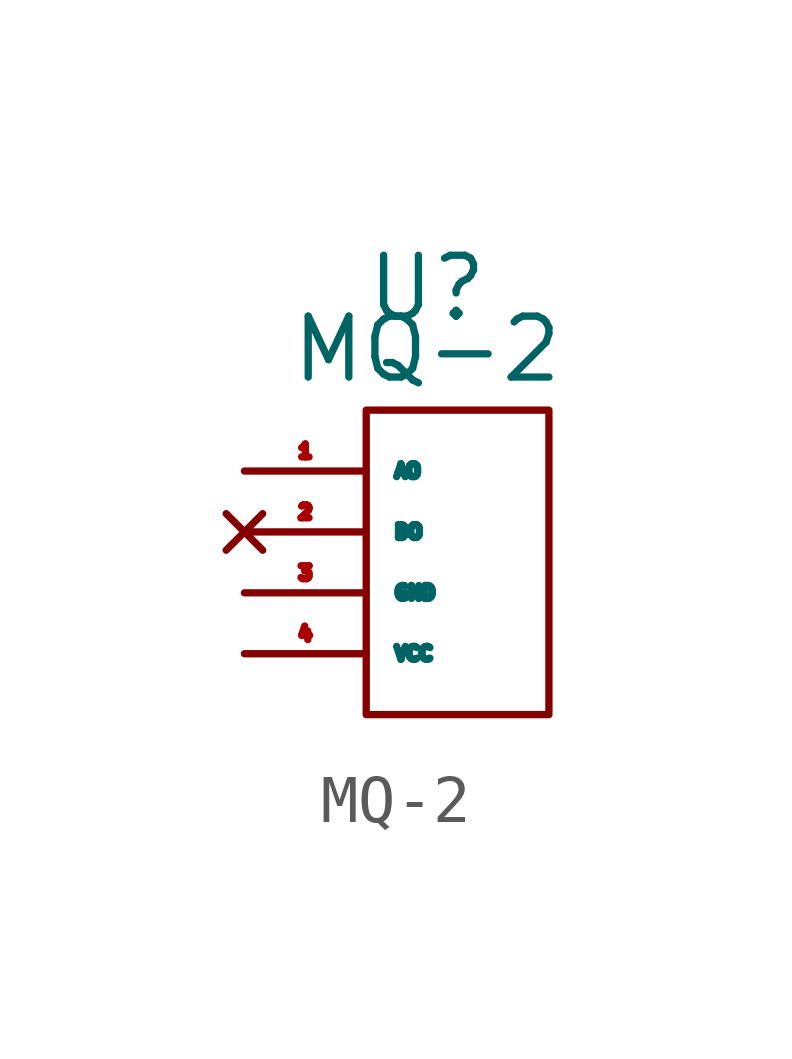
<source format=kicad_sym>
(kicad_symbol_lib
  (version 20211014)
  (generator kicad_symbol_editor)
  (symbol "MQ-2"
    (property "Reference" "U"
      (at 1.27 5.08 0)
      (effects (font (size 1.27 1.27))))
    (property "Value" "MQ-2"
      (at 1.27 3.81 0)
      (effects (font (size 1.27 1.27))))
    (symbol "MQ-2_0_1"
      (rectangle (start 0 2.54) (end 3.81 -3.81) (stroke (width 0) (type default) (color 0 0 0 0)) (fill (type none))))
    (symbol "MQ-2_1_1"
      (pin bidirectional line (at -2.54 1.27 0) (length 2.54) (name "AO" (effects (font (size 0.27 0.27)))) (number "1" (effects (font (size 0.27 0.27)))))
      (pin no_connect line (at -2.54 0 0) (length 2.54) (name "DO" (effects (font (size 0.27 0.27)))) (number "2" (effects (font (size 0.27 0.27)))))
      (pin power_in line (at -2.54 -1.27 0) (length 2.54) (name "GND" (effects (font (size 0.27 0.27)))) (number "3" (effects (font (size 0.27 0.27)))))
      (pin power_in line (at -2.54 -2.54 0) (length 2.54) (name "VCC" (effects (font (size 0.27 0.27)))) (number "4" (effects (font (size 0.27 0.27))))))))
</source>
